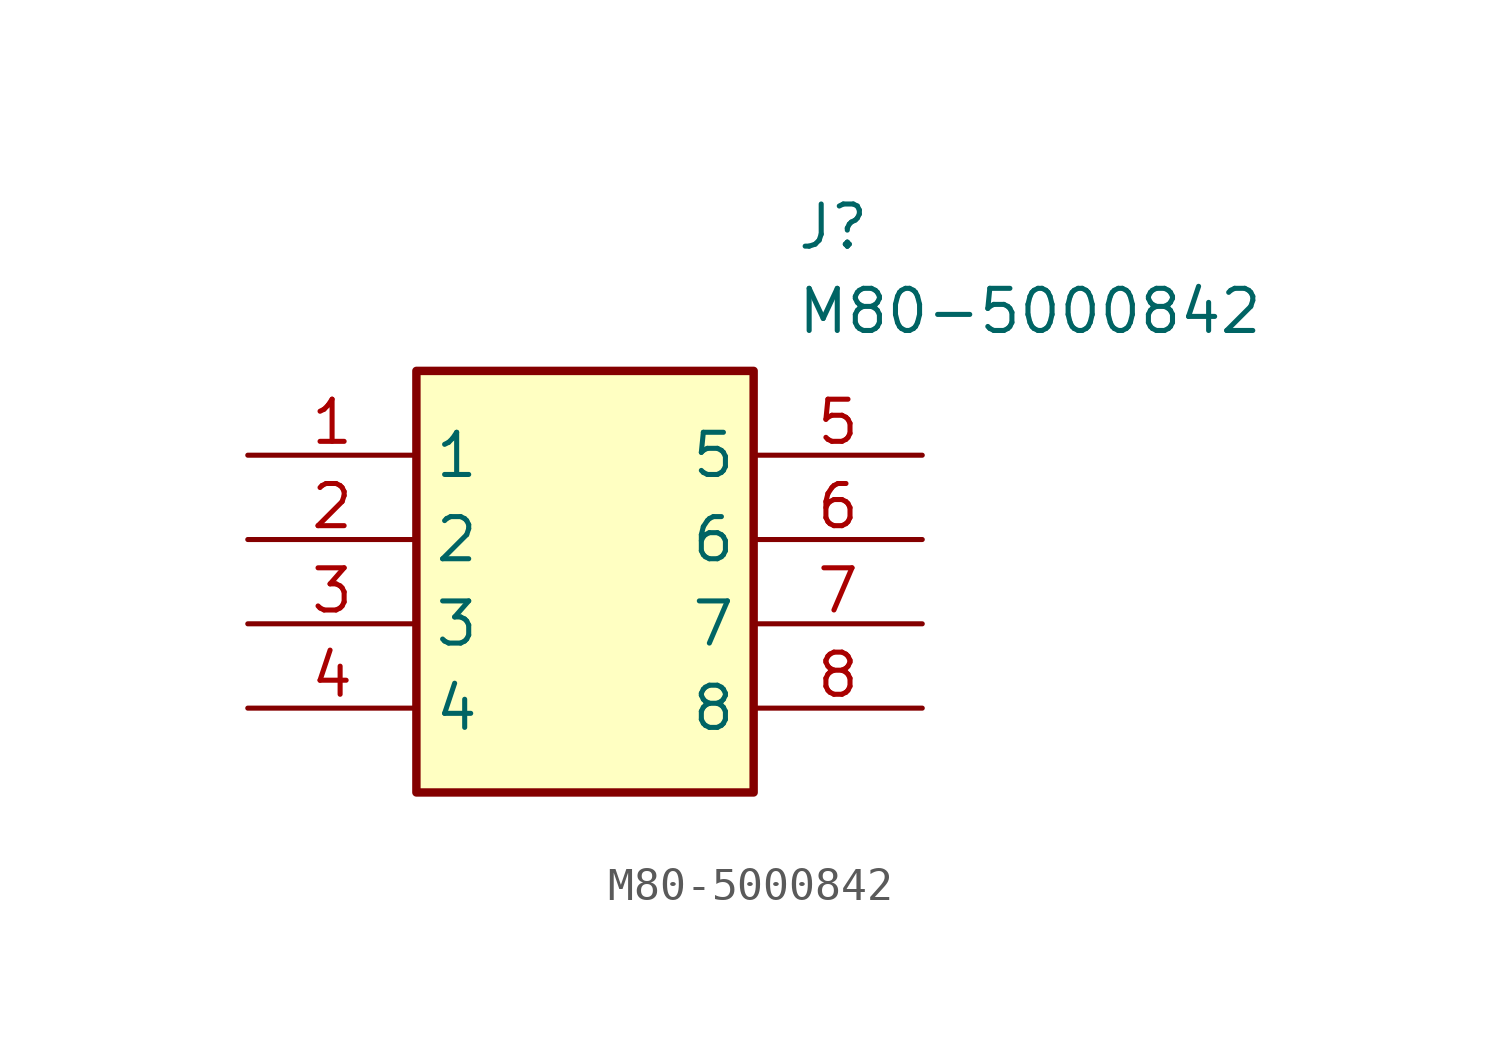
<source format=kicad_sym>
(kicad_symbol_lib
  (version 20211014)
  (generator SamacSys_ECAD_Model)
  (symbol "M80-5000842"
    (property "Reference" "J"
      (at 16.51 7.62 0)
      (effects (font (size 1.27 1.27)) (justify left top)))
    (property "Value" "M80-5000842"
      (at 16.51 5.08 0)
      (effects (font (size 1.27 1.27)) (justify left top)))
    (rectangle
      (start 5.08 2.54)
      (end 15.24 -10.16)
      (stroke (width 0.254) (type default))
      (fill (type background)))
    (pin passive line
      (at 0 0 0)
      (length 5.08)
      (name "1" (effects (font (size 1.27 1.27))))
      (number "1" (effects (font (size 1.27 1.27)))))
    (pin passive line
      (at 0 -2.54 0)
      (length 5.08)
      (name "2" (effects (font (size 1.27 1.27))))
      (number "2" (effects (font (size 1.27 1.27)))))
    (pin passive line
      (at 0 -5.08 0)
      (length 5.08)
      (name "3" (effects (font (size 1.27 1.27))))
      (number "3" (effects (font (size 1.27 1.27)))))
    (pin passive line
      (at 0 -7.62 0)
      (length 5.08)
      (name "4" (effects (font (size 1.27 1.27))))
      (number "4" (effects (font (size 1.27 1.27)))))
    (pin passive line
      (at 20.32 0 180)
      (length 5.08)
      (name "5" (effects (font (size 1.27 1.27))))
      (number "5" (effects (font (size 1.27 1.27)))))
    (pin passive line
      (at 20.32 -2.54 180)
      (length 5.08)
      (name "6" (effects (font (size 1.27 1.27))))
      (number "6" (effects (font (size 1.27 1.27)))))
    (pin passive line
      (at 20.32 -5.08 180)
      (length 5.08)
      (name "7" (effects (font (size 1.27 1.27))))
      (number "7" (effects (font (size 1.27 1.27)))))
    (pin passive line
      (at 20.32 -7.62 180)
      (length 5.08)
      (name "8" (effects (font (size 1.27 1.27))))
      (number "8" (effects (font (size 1.27 1.27)))))))
</source>
